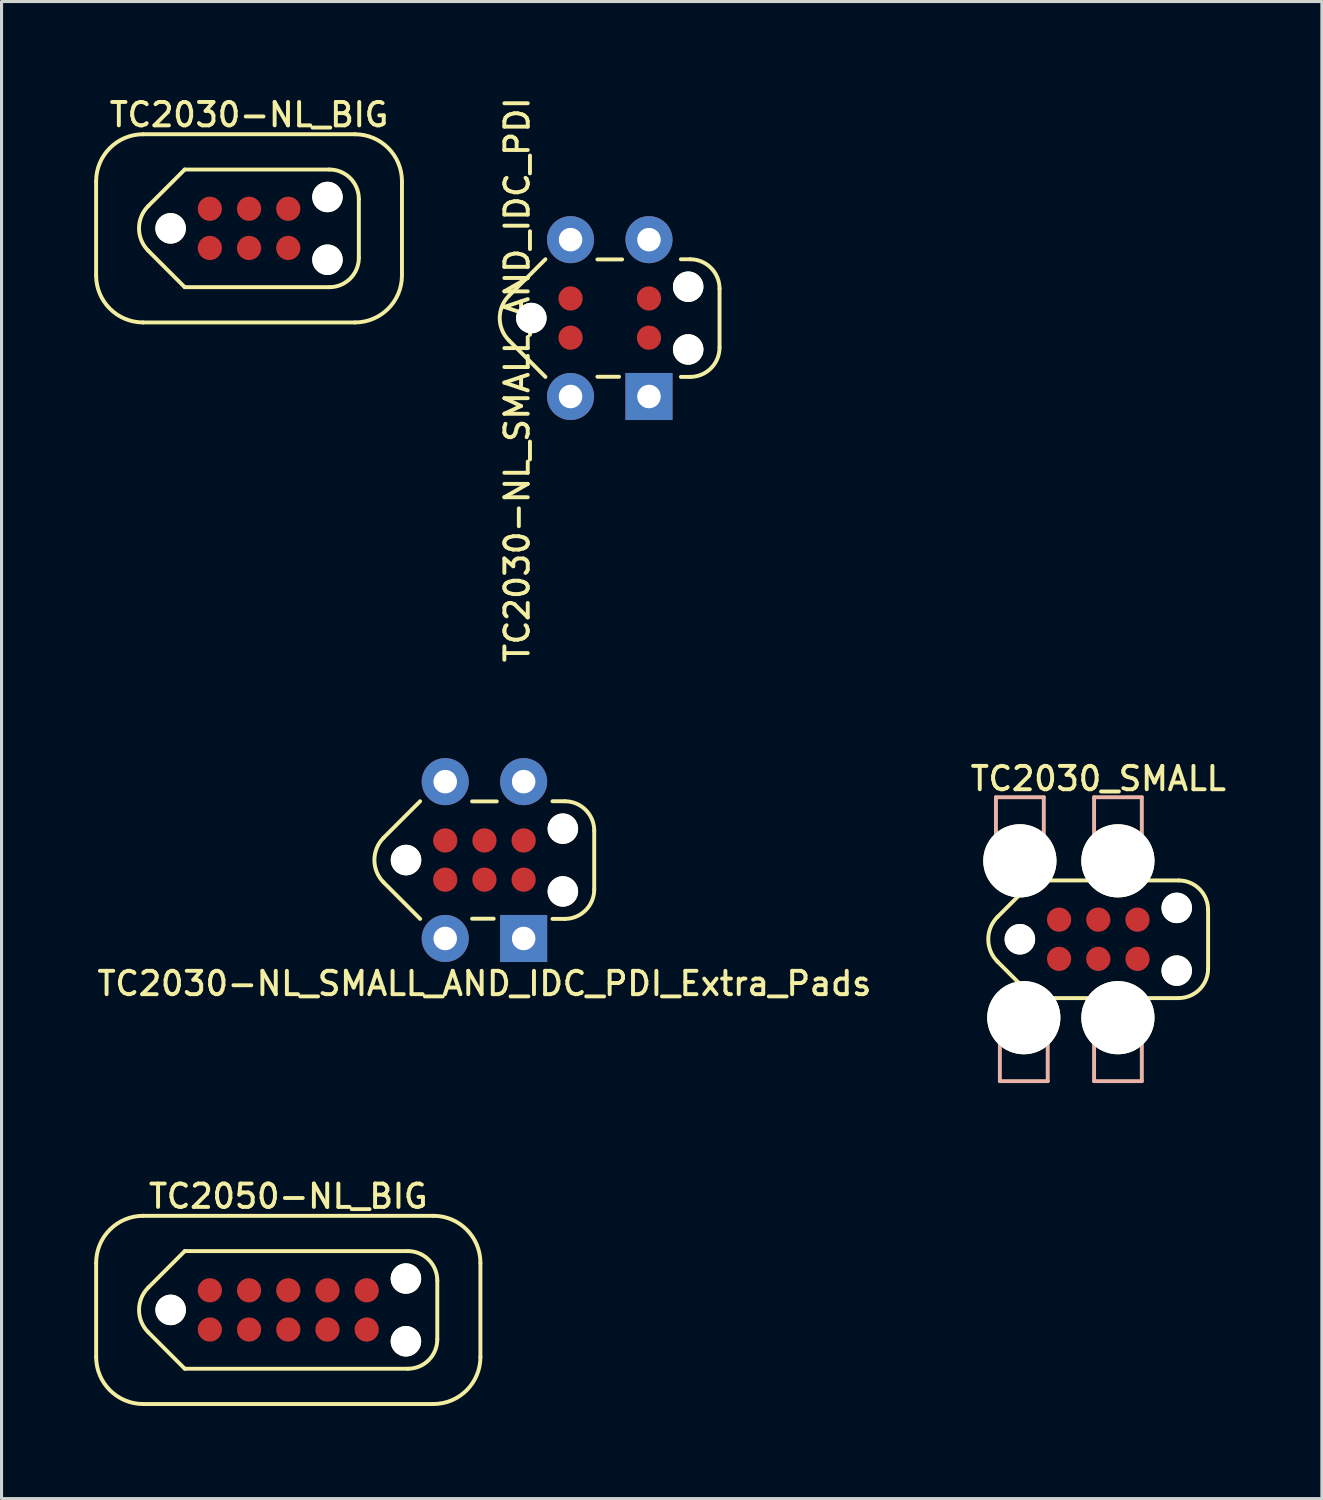
<source format=kicad_pcb>
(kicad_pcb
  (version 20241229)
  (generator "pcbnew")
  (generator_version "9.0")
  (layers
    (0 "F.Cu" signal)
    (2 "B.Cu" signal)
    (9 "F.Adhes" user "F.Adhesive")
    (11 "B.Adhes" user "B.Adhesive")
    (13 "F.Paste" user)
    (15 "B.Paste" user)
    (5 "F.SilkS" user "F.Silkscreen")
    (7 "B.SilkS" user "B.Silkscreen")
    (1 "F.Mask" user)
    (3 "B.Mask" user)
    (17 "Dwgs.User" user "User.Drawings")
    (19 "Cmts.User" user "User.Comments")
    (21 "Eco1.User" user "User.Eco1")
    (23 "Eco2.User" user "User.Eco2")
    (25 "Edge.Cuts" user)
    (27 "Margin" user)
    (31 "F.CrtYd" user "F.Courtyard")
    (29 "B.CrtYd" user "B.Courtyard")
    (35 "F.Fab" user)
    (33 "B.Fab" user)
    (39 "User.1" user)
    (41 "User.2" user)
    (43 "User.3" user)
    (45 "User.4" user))
  (footprint "TC2050-NL_BIG"
    (layer "F.Cu")
    (at 6.287 39.376)
    (property "Reference" "TC2050-NL_BIG" (at 0 -3.68 0) (layer "F.SilkS") (effects (font (size 0.757 0.757) (thickness 0.127))))
    (attr exclude_from_pos_files exclude_from_bom)
    (fp_line (start -6.223 1.524) (end -6.223 -1.524) (stroke (width 0.127) (type solid)) (layer "F.SilkS"))
    (fp_line (start -4.534 -0.724) (end -3.353 -1.905) (stroke (width 0.127) (type solid)) (layer "F.SilkS"))
    (fp_line (start -4.534 0.724) (end -3.353 1.905) (stroke (width 0.127) (type solid)) (layer "F.SilkS"))
    (fp_line (start 3.873 -1.905) (end -3.353 -1.905) (stroke (width 0.127) (type solid)) (layer "F.SilkS"))
    (fp_line (start 3.873 1.905) (end -3.353 1.905) (stroke (width 0.127) (type solid)) (layer "F.SilkS"))
    (fp_line (start 4.699 -3.048) (end -4.699 -3.048) (stroke (width 0.127) (type solid)) (layer "F.SilkS"))
    (fp_line (start 4.699 3.048) (end -4.699 3.048) (stroke (width 0.127) (type solid)) (layer "F.SilkS"))
    (fp_line (start 4.826 -0.953) (end 4.826 0.953) (stroke (width 0.127) (type solid)) (layer "F.SilkS"))
    (fp_line (start 6.223 -1.524) (end 6.223 1.524) (stroke (width 0.127) (type solid)) (layer "F.SilkS"))
    (fp_arc (start -6.223 -1.524) (mid -5.776631 -2.601631) (end -4.699 -3.048) (stroke (width 0.127) (type solid)) (layer "F.SilkS"))
    (fp_arc (start -4.699 3.048) (mid -5.776631 2.601631) (end -6.223 1.524) (stroke (width 0.127) (type solid)) (layer "F.SilkS"))
    (fp_arc (start -4.5339 0.7239) (mid -4.833749 0) (end -4.5339 -0.7239) (stroke (width 0.127) (type solid)) (layer "F.SilkS"))
    (fp_arc (start 3.8735 -1.905) (mid 4.547019 -1.626019) (end 4.826 -0.9525) (stroke (width 0.127) (type solid)) (layer "F.SilkS"))
    (fp_arc (start 4.699 -3.048) (mid 5.776631 -2.601631) (end 6.223 -1.524) (stroke (width 0.127) (type solid)) (layer "F.SilkS"))
    (fp_arc (start 4.826 0.9525) (mid 4.547019 1.626019) (end 3.8735 1.905) (stroke (width 0.127) (type solid)) (layer "F.SilkS"))
    (fp_arc (start 6.223 1.524) (mid 5.776631 2.601631) (end 4.699 3.048) (stroke (width 0.127) (type solid)) (layer "F.SilkS"))
    (pad "" np_thru_hole circle (at -3.81 0) (size 0.988 0.988) (drill 0.988) (layers "*.Cu" "*.Mask" "F.SilkS"))
    (pad "" np_thru_hole circle (at 3.81 -1.016) (size 0.986 0.986) (drill 0.986) (layers "*.Cu" "*.Mask" "F.SilkS"))
    (pad "" np_thru_hole circle (at 3.81 1.016) (size 0.986 0.986) (drill 0.986) (layers "*.Cu" "*.Mask" "F.SilkS"))
    (pad "1" connect circle (at -2.54 0.635) (size 0.785 0.785) (layers "F.Cu" "F.Mask"))
    (pad "2" connect circle (at -1.27 0.635) (size 0.785 0.785) (layers "F.Cu" "F.Mask"))
    (pad "3" connect circle (at 0 0.635) (size 0.785 0.785) (layers "F.Cu" "F.Mask"))
    (pad "4" connect circle (at 1.27 0.635) (size 0.785 0.785) (layers "F.Cu" "F.Mask"))
    (pad "5" connect circle (at 2.54 0.635) (size 0.785 0.785) (layers "F.Cu" "F.Mask"))
    (pad "6" connect circle (at 2.54 -0.635) (size 0.785 0.785) (layers "F.Cu" "F.Mask"))
    (pad "7" connect circle (at 1.27 -0.635) (size 0.785 0.785) (layers "F.Cu" "F.Mask"))
    (pad "8" connect circle (at 0 -0.635) (size 0.785 0.785) (layers "F.Cu" "F.Mask"))
    (pad "9" connect circle (at -1.27 -0.635) (size 0.785 0.785) (layers "F.Cu" "F.Mask"))
    (pad "10" connect circle (at -2.54 -0.635) (size 0.785 0.785) (layers "F.Cu" "F.Mask")))
  (footprint "TC2030-NL_SMALL_AND_IDC_PDI_Extra_Pads"
    (layer "F.Cu")
    (at 12.64 24.806)
    (property "Reference" "TC2030-NL_SMALL_AND_IDC_PDI_Extra_Pads" (at 0 4 0) (layer "F.SilkS") (effects (font (size 0.757 0.757) (thickness 0.127))))
    (attr exclude_from_pos_files exclude_from_bom)
    (fp_line (start -3.264 -0.724) (end -2.083 -1.905) (stroke (width 0.127) (type solid)) (layer "F.SilkS"))
    (fp_line (start -3.264 0.724) (end -2.083 1.905) (stroke (width 0.127) (type solid)) (layer "F.SilkS"))
    (fp_line (start 0.3 1.9) (end -0.4 1.9) (stroke (width 0.127) (type solid)) (layer "F.SilkS"))
    (fp_line (start 0.4 -1.9) (end -0.4 -1.9) (stroke (width 0.127) (type solid)) (layer "F.SilkS"))
    (fp_line (start 2.603 -1.905) (end 2.204 -1.905) (stroke (width 0.127) (type solid)) (layer "F.SilkS"))
    (fp_line (start 2.603 1.905) (end 2.204 1.905) (stroke (width 0.127) (type solid)) (layer "F.SilkS"))
    (fp_line (start 3.556 -0.953) (end 3.556 0.953) (stroke (width 0.127) (type solid)) (layer "F.SilkS"))
    (fp_arc (start -3.2639 0.7239) (mid -3.563749 0) (end -3.2639 -0.7239) (stroke (width 0.127) (type solid)) (layer "F.SilkS"))
    (fp_arc (start 2.6035 -1.905) (mid 3.277019 -1.626019) (end 3.556 -0.9525) (stroke (width 0.127) (type solid)) (layer "F.SilkS"))
    (fp_arc (start 3.556 0.9525) (mid 3.277019 1.626019) (end 2.6035 1.905) (stroke (width 0.127) (type solid)) (layer "F.SilkS"))
    (pad "" np_thru_hole circle (at -2.54 0) (size 0.988 0.988) (drill 0.988) (layers "*.Cu" "*.Mask" "F.SilkS"))
    (pad "" np_thru_hole circle (at 2.54 -1.016) (size 0.986 0.986) (drill 0.986) (layers "*.Cu" "*.Mask" "F.SilkS"))
    (pad "" np_thru_hole circle (at 2.54 1.016) (size 0.986 0.986) (drill 0.986) (layers "*.Cu" "*.Mask" "F.SilkS"))
    (pad "1" connect circle (at -1.27 0.635) (size 0.785 0.785) (layers "F.Cu" "F.Mask"))
    (pad "1" thru_hole rect (at 1.27 2.54 90) (size 1.524 1.524) (drill 0.762) (layers "*.Cu" "*.Mask"))
    (pad "2" connect circle (at -1.27 -0.635) (size 0.785 0.785) (layers "F.Cu" "F.Mask"))
    (pad "2" thru_hole circle (at -1.27 2.54 90) (size 1.524 1.524) (drill 0.762) (layers "*.Cu" "*.Mask"))
    (pad "3" connect circle (at 0 0.635) (size 0.785 0.785) (layers "F.Cu" "F.Mask"))
    (pad "4" connect circle (at 0 -0.635) (size 0.785 0.785) (layers "F.Cu" "F.Mask"))
    (pad "5" thru_hole circle (at 1.27 -2.54 90) (size 1.524 1.524) (drill 0.762) (layers "*.Cu" "*.Mask"))
    (pad "5" connect circle (at 1.27 0.635) (size 0.785 0.785) (layers "F.Cu" "F.Mask"))
    (pad "6" thru_hole circle (at -1.27 -2.54 90) (size 1.524 1.524) (drill 0.762) (layers "*.Cu" "*.Mask"))
    (pad "6" connect circle (at 1.27 -0.635) (size 0.785 0.785) (layers "F.Cu" "F.Mask")))
  (footprint "TC2030_SMALL"
    (layer "F.Cu")
    (at 32.522 27.371)
    (property "Reference" "TC2030_SMALL" (at 0 -5.202 0) (layer "F.SilkS") (effects (font (size 0.757 0.757) (thickness 0.127))))
    (attr exclude_from_pos_files exclude_from_bom)
    (fp_line (start -3.264 -0.724) (end -2.083 -1.905) (stroke (width 0.127) (type solid)) (layer "F.SilkS"))
    (fp_line (start -3.264 0.724) (end -2.083 1.905) (stroke (width 0.127) (type solid)) (layer "F.SilkS"))
    (fp_line (start 2.603 -1.905) (end -2.083 -1.905) (stroke (width 0.127) (type solid)) (layer "F.SilkS"))
    (fp_line (start 2.603 1.905) (end -2.083 1.905) (stroke (width 0.127) (type solid)) (layer "F.SilkS"))
    (fp_line (start 3.556 -0.953) (end 3.556 0.953) (stroke (width 0.127) (type solid)) (layer "F.SilkS"))
    (fp_arc (start -3.2639 0.7239) (mid -3.563749 0) (end -3.2639 -0.7239) (stroke (width 0.127) (type solid)) (layer "F.SilkS"))
    (fp_arc (start 2.6035 -1.905) (mid 3.277019 -1.626019) (end 3.556 -0.9525) (stroke (width 0.127) (type solid)) (layer "F.SilkS"))
    (fp_arc (start 3.556 0.9525) (mid 3.277019 1.626019) (end 2.6035 1.905) (stroke (width 0.127) (type solid)) (layer "F.SilkS"))
    (fp_line (start -3.315 -4.6) (end -1.765 -4.6) (stroke (width 0.127) (type solid)) (layer "B.SilkS"))
    (fp_line (start -3.315 -4.595) (end -3.315 -3.378) (stroke (width 0.127) (type solid)) (layer "B.SilkS"))
    (fp_line (start -3.188 4.595) (end -3.188 3.378) (stroke (width 0.127) (type solid)) (layer "B.SilkS"))
    (fp_line (start -1.765 -4.595) (end -1.765 -3.378) (stroke (width 0.127) (type solid)) (layer "B.SilkS"))
    (fp_line (start -1.638 4.595) (end -3.188 4.595) (stroke (width 0.127) (type solid)) (layer "B.SilkS"))
    (fp_line (start -1.638 4.595) (end -1.638 3.378) (stroke (width 0.127) (type solid)) (layer "B.SilkS"))
    (fp_line (start -0.137 -4.6) (end 1.41 -4.6) (stroke (width 0.127) (type solid)) (layer "B.SilkS"))
    (fp_line (start -0.137 -4.595) (end -0.137 -3.378) (stroke (width 0.127) (type solid)) (layer "B.SilkS"))
    (fp_line (start -0.137 4.595) (end -0.137 3.378) (stroke (width 0.127) (type solid)) (layer "B.SilkS"))
    (fp_line (start 1.41 -4.595) (end 1.41 -3.378) (stroke (width 0.127) (type solid)) (layer "B.SilkS"))
    (fp_line (start 1.41 4.595) (end -0.137 4.595) (stroke (width 0.127) (type solid)) (layer "B.SilkS"))
    (fp_line (start 1.41 4.595) (end 1.41 3.378) (stroke (width 0.127) (type solid)) (layer "B.SilkS"))
    (pad "" np_thru_hole circle (at -2.54 -2.54) (size 2.372 2.372) (drill 2.372) (layers "*.Cu" "*.Mask" "F.SilkS"))
    (pad "" np_thru_hole circle (at -2.54 0) (size 0.988 0.988) (drill 0.988) (layers "*.Cu" "*.Mask" "F.SilkS"))
    (pad "" np_thru_hole circle (at -2.413 2.54) (size 2.37 2.37) (drill 2.37) (layers "*.Cu" "*.Mask" "F.SilkS"))
    (pad "" np_thru_hole circle (at 0.635 -2.54) (size 2.37 2.37) (drill 2.37) (layers "*.Cu" "*.Mask" "F.SilkS"))
    (pad "" np_thru_hole circle (at 0.635 2.54) (size 2.37 2.37) (drill 2.37) (layers "*.Cu" "*.Mask" "F.SilkS"))
    (pad "" np_thru_hole circle (at 2.54 -1.016) (size 0.986 0.986) (drill 0.986) (layers "*.Cu" "*.Mask" "F.SilkS"))
    (pad "" np_thru_hole circle (at 2.54 1.016) (size 0.986 0.986) (drill 0.986) (layers "*.Cu" "*.Mask" "F.SilkS"))
    (pad "1" connect circle (at -1.27 0.635) (size 0.785 0.785) (layers "F.Cu" "F.Mask"))
    (pad "2" connect circle (at -1.27 -0.635) (size 0.785 0.785) (layers "F.Cu" "F.Mask"))
    (pad "3" connect circle (at 0 0.635) (size 0.785 0.785) (layers "F.Cu" "F.Mask"))
    (pad "4" connect circle (at 0 -0.635) (size 0.785 0.785) (layers "F.Cu" "F.Mask"))
    (pad "5" connect circle (at 1.27 0.635) (size 0.785 0.785) (layers "F.Cu" "F.Mask"))
    (pad "6" connect circle (at 1.27 -0.635) (size 0.785 0.785) (layers "F.Cu" "F.Mask")))
  (footprint "TC2030-NL_BIG"
    (layer "F.Cu")
    (at 5.016 4.346)
    (property "Reference" "TC2030-NL_BIG" (at 0 -3.68 0) (layer "F.SilkS") (effects (font (size 0.757 0.757) (thickness 0.127))))
    (attr exclude_from_pos_files exclude_from_bom)
    (fp_line (start -4.953 1.524) (end -4.953 -1.524) (stroke (width 0.127) (type solid)) (layer "F.SilkS"))
    (fp_line (start -3.429 -3.048) (end 3.429 -3.048) (stroke (width 0.127) (type solid)) (layer "F.SilkS"))
    (fp_line (start -3.429 3.048) (end 3.429 3.048) (stroke (width 0.127) (type solid)) (layer "F.SilkS"))
    (fp_line (start -3.264 -0.724) (end -2.083 -1.905) (stroke (width 0.127) (type solid)) (layer "F.SilkS"))
    (fp_line (start -3.264 0.724) (end -2.083 1.905) (stroke (width 0.127) (type solid)) (layer "F.SilkS"))
    (fp_line (start 2.603 -1.905) (end -2.083 -1.905) (stroke (width 0.127) (type solid)) (layer "F.SilkS"))
    (fp_line (start 2.603 1.905) (end -2.083 1.905) (stroke (width 0.127) (type solid)) (layer "F.SilkS"))
    (fp_line (start 3.556 -0.953) (end 3.556 0.953) (stroke (width 0.127) (type solid)) (layer "F.SilkS"))
    (fp_line (start 4.953 -1.524) (end 4.953 1.524) (stroke (width 0.127) (type solid)) (layer "F.SilkS"))
    (fp_arc (start -4.953 -1.524) (mid -4.506631 -2.601631) (end -3.429 -3.048) (stroke (width 0.127) (type solid)) (layer "F.SilkS"))
    (fp_arc (start -3.429 3.048) (mid -4.506631 2.601631) (end -4.953 1.524) (stroke (width 0.127) (type solid)) (layer "F.SilkS"))
    (fp_arc (start -3.2639 0.7239) (mid -3.563749 0) (end -3.2639 -0.7239) (stroke (width 0.127) (type solid)) (layer "F.SilkS"))
    (fp_arc (start 2.6035 -1.905) (mid 3.277019 -1.626019) (end 3.556 -0.9525) (stroke (width 0.127) (type solid)) (layer "F.SilkS"))
    (fp_arc (start 3.429 -3.048) (mid 4.506631 -2.601631) (end 4.953 -1.524) (stroke (width 0.127) (type solid)) (layer "F.SilkS"))
    (fp_arc (start 3.556 0.9525) (mid 3.277019 1.626019) (end 2.6035 1.905) (stroke (width 0.127) (type solid)) (layer "F.SilkS"))
    (fp_arc (start 4.953 1.524) (mid 4.506631 2.601631) (end 3.429 3.048) (stroke (width 0.127) (type solid)) (layer "F.SilkS"))
    (pad "" np_thru_hole circle (at -2.54 0) (size 0.988 0.988) (drill 0.988) (layers "*.Cu" "*.Mask" "F.SilkS"))
    (pad "" np_thru_hole circle (at 2.54 -1.016) (size 0.986 0.986) (drill 0.986) (layers "*.Cu" "*.Mask" "F.SilkS"))
    (pad "" np_thru_hole circle (at 2.54 1.016) (size 0.986 0.986) (drill 0.986) (layers "*.Cu" "*.Mask" "F.SilkS"))
    (pad "1" connect circle (at -1.27 0.635) (size 0.785 0.785) (layers "F.Cu" "F.Mask"))
    (pad "2" connect circle (at -1.27 -0.635) (size 0.785 0.785) (layers "F.Cu" "F.Mask"))
    (pad "3" connect circle (at 0 0.635) (size 0.785 0.785) (layers "F.Cu" "F.Mask"))
    (pad "4" connect circle (at 0 -0.635) (size 0.785 0.785) (layers "F.Cu" "F.Mask"))
    (pad "5" connect circle (at 1.27 0.635) (size 0.785 0.785) (layers "F.Cu" "F.Mask"))
    (pad "6" connect circle (at 1.27 -0.635) (size 0.785 0.785) (layers "F.Cu" "F.Mask")))
  (footprint "TC2030-NL_SMALL_AND_IDC_PDI"
    (layer "F.Cu")
    (at 16.699 7.252)
    (property "Reference" "TC2030-NL_SMALL_AND_IDC_PDI" (at -3 2 90) (layer "F.SilkS") (effects (font (size 0.757 0.757) (thickness 0.127))))
    (attr exclude_from_pos_files exclude_from_bom)
    (fp_line (start -3.264 -0.724) (end -2.083 -1.905) (stroke (width 0.127) (type solid)) (layer "F.SilkS"))
    (fp_line (start -3.264 0.724) (end -2.083 1.905) (stroke (width 0.127) (type solid)) (layer "F.SilkS"))
    (fp_line (start 0.3 1.9) (end -0.4 1.9) (stroke (width 0.127) (type solid)) (layer "F.SilkS"))
    (fp_line (start 0.4 -1.9) (end -0.4 -1.9) (stroke (width 0.127) (type solid)) (layer "F.SilkS"))
    (fp_line (start 2.603 -1.905) (end 2.304 -1.905) (stroke (width 0.127) (type solid)) (layer "F.SilkS"))
    (fp_line (start 2.603 1.905) (end 2.304 1.905) (stroke (width 0.127) (type solid)) (layer "F.SilkS"))
    (fp_line (start 3.556 -0.953) (end 3.556 0.953) (stroke (width 0.127) (type solid)) (layer "F.SilkS"))
    (fp_arc (start -3.2639 0.7239) (mid -3.563749 0) (end -3.2639 -0.7239) (stroke (width 0.127) (type solid)) (layer "F.SilkS"))
    (fp_arc (start 2.6035 -1.905) (mid 3.277019 -1.626019) (end 3.556 -0.9525) (stroke (width 0.127) (type solid)) (layer "F.SilkS"))
    (fp_arc (start 3.556 0.9525) (mid 3.277019 1.626019) (end 2.6035 1.905) (stroke (width 0.127) (type solid)) (layer "F.SilkS"))
    (pad "" np_thru_hole circle (at -2.54 0) (size 0.988 0.988) (drill 0.988) (layers "*.Cu" "*.Mask" "F.SilkS"))
    (pad "" np_thru_hole circle (at 2.54 -1.016) (size 0.986 0.986) (drill 0.986) (layers "*.Cu" "*.Mask" "F.SilkS"))
    (pad "" np_thru_hole circle (at 2.54 1.016) (size 0.986 0.986) (drill 0.986) (layers "*.Cu" "*.Mask" "F.SilkS"))
    (pad "1" connect circle (at -1.27 0.635) (size 0.785 0.785) (layers "F.Cu" "F.Mask"))
    (pad "1" thru_hole rect (at 1.27 2.54 90) (size 1.524 1.524) (drill 0.762) (layers "*.Cu" "*.Mask"))
    (pad "2" connect circle (at -1.27 -0.635) (size 0.785 0.785) (layers "F.Cu" "F.Mask"))
    (pad "2" thru_hole circle (at -1.27 2.54 90) (size 1.524 1.524) (drill 0.762) (layers "*.Cu" "*.Mask"))
    (pad "5" thru_hole circle (at 1.27 -2.54 90) (size 1.524 1.524) (drill 0.762) (layers "*.Cu" "*.Mask"))
    (pad "5" connect circle (at 1.27 0.635) (size 0.785 0.785) (layers "F.Cu" "F.Mask"))
    (pad "6" thru_hole circle (at -1.27 -2.54 90) (size 1.524 1.524) (drill 0.762) (layers "*.Cu" "*.Mask"))
    (pad "6" connect circle (at 1.27 -0.635) (size 0.785 0.785) (layers "F.Cu" "F.Mask")))
  (gr_rect
    (start -3 -3)
    (end 39.764 45.487)
    (stroke (width 0.1) (type default))
    (fill no)
    (layer "Edge.Cuts")))
</source>
